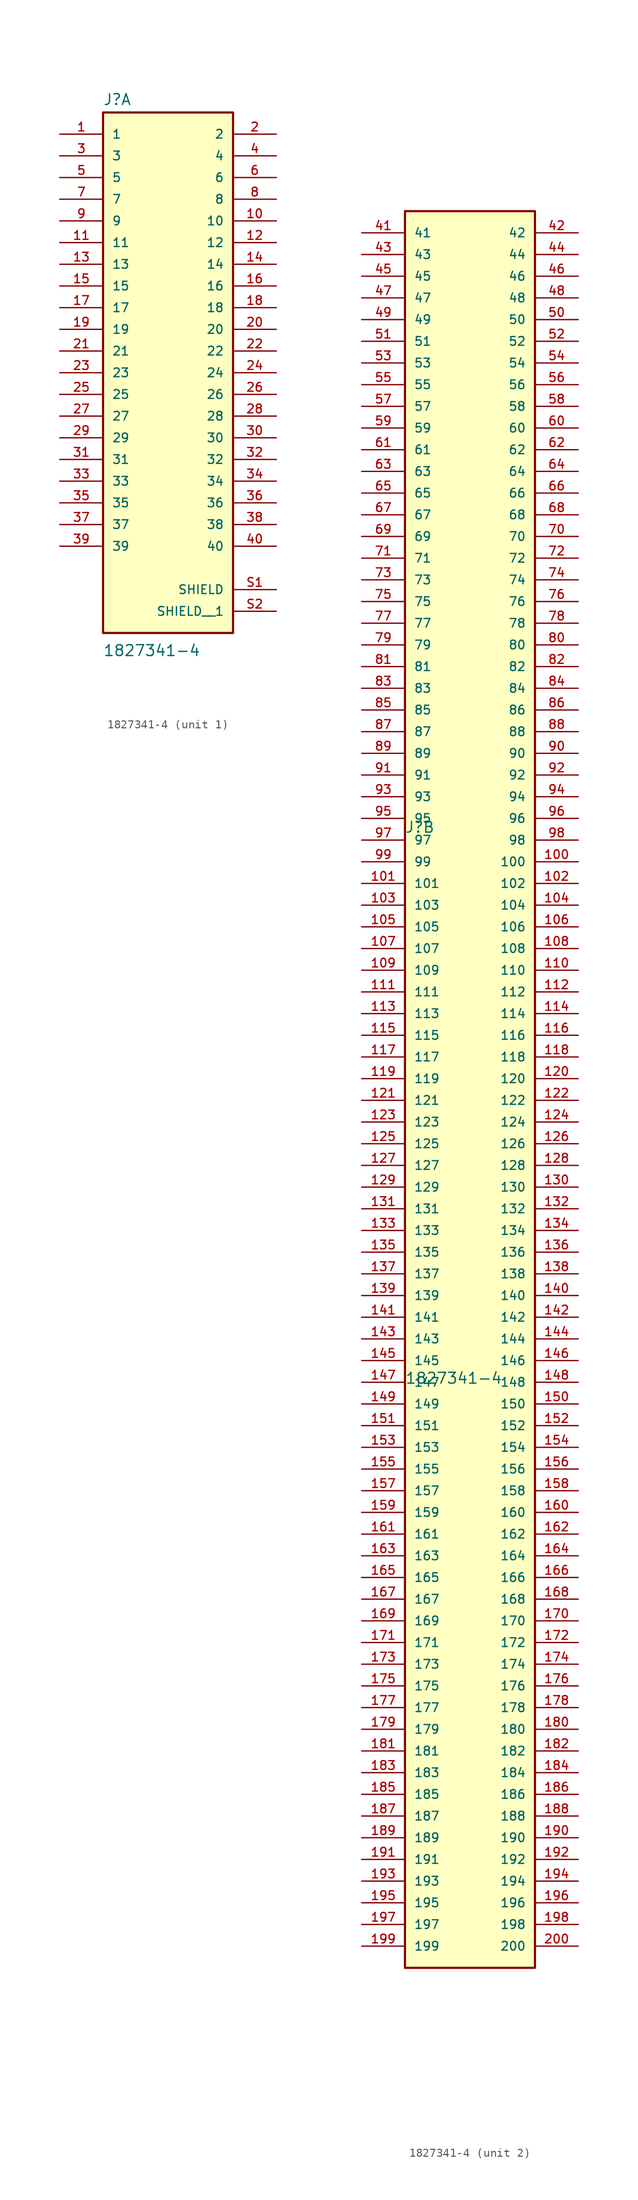
<source format=kicad_sym>
(kicad_symbol_lib
  (version 20241209)
  (generator "kicad_symbol_editor")
  (generator_version "9.0")
  (symbol "1827341-4"
    (pin_names
      (offset 1.016))
    (property "Reference" "J"
      (at -7.626 28.708 0)
      (effects (font (size 1.27 1.27)) (justify left bottom)))
    (property "Value" "1827341-4"
      (at -7.627 -35.823 0)
      (effects (font (size 1.27 1.27)) (justify left bottom)))
    (symbol "1827341-4_1_0"
      (rectangle (start -7.62 27.94) (end 7.62 -33.02) (stroke (width 0.254) (type default)) (fill (type background)))
      (pin passive line (at -12.7 25.4 0) (length 5.08) (name "1" (effects (font (size 1.016 1.016)))) (number "1" (effects (font (size 1.016 1.016)))))
      (pin passive line (at -12.7 22.86 0) (length 5.08) (name "3" (effects (font (size 1.016 1.016)))) (number "3" (effects (font (size 1.016 1.016)))))
      (pin passive line (at -12.7 20.32 0) (length 5.08) (name "5" (effects (font (size 1.016 1.016)))) (number "5" (effects (font (size 1.016 1.016)))))
      (pin passive line (at -12.7 17.78 0) (length 5.08) (name "7" (effects (font (size 1.016 1.016)))) (number "7" (effects (font (size 1.016 1.016)))))
      (pin passive line (at -12.7 15.24 0) (length 5.08) (name "9" (effects (font (size 1.016 1.016)))) (number "9" (effects (font (size 1.016 1.016)))))
      (pin passive line (at -12.7 12.7 0) (length 5.08) (name "11" (effects (font (size 1.016 1.016)))) (number "11" (effects (font (size 1.016 1.016)))))
      (pin passive line (at -12.7 10.16 0) (length 5.08) (name "13" (effects (font (size 1.016 1.016)))) (number "13" (effects (font (size 1.016 1.016)))))
      (pin passive line (at -12.7 7.62 0) (length 5.08) (name "15" (effects (font (size 1.016 1.016)))) (number "15" (effects (font (size 1.016 1.016)))))
      (pin passive line (at -12.7 5.08 0) (length 5.08) (name "17" (effects (font (size 1.016 1.016)))) (number "17" (effects (font (size 1.016 1.016)))))
      (pin passive line (at -12.7 2.54 0) (length 5.08) (name "19" (effects (font (size 1.016 1.016)))) (number "19" (effects (font (size 1.016 1.016)))))
      (pin passive line (at -12.7 0 0) (length 5.08) (name "21" (effects (font (size 1.016 1.016)))) (number "21" (effects (font (size 1.016 1.016)))))
      (pin passive line (at -12.7 -2.54 0) (length 5.08) (name "23" (effects (font (size 1.016 1.016)))) (number "23" (effects (font (size 1.016 1.016)))))
      (pin passive line (at -12.7 -5.08 0) (length 5.08) (name "25" (effects (font (size 1.016 1.016)))) (number "25" (effects (font (size 1.016 1.016)))))
      (pin passive line (at -12.7 -7.62 0) (length 5.08) (name "27" (effects (font (size 1.016 1.016)))) (number "27" (effects (font (size 1.016 1.016)))))
      (pin passive line (at -12.7 -10.16 0) (length 5.08) (name "29" (effects (font (size 1.016 1.016)))) (number "29" (effects (font (size 1.016 1.016)))))
      (pin passive line (at -12.7 -12.7 0) (length 5.08) (name "31" (effects (font (size 1.016 1.016)))) (number "31" (effects (font (size 1.016 1.016)))))
      (pin passive line (at -12.7 -15.24 0) (length 5.08) (name "33" (effects (font (size 1.016 1.016)))) (number "33" (effects (font (size 1.016 1.016)))))
      (pin passive line (at -12.7 -17.78 0) (length 5.08) (name "35" (effects (font (size 1.016 1.016)))) (number "35" (effects (font (size 1.016 1.016)))))
      (pin passive line (at -12.7 -20.32 0) (length 5.08) (name "37" (effects (font (size 1.016 1.016)))) (number "37" (effects (font (size 1.016 1.016)))))
      (pin passive line (at -12.7 -22.86 0) (length 5.08) (name "39" (effects (font (size 1.016 1.016)))) (number "39" (effects (font (size 1.016 1.016)))))
      (pin passive line (at 12.7 25.4 180) (length 5.08) (name "2" (effects (font (size 1.016 1.016)))) (number "2" (effects (font (size 1.016 1.016)))))
      (pin passive line (at 12.7 22.86 180) (length 5.08) (name "4" (effects (font (size 1.016 1.016)))) (number "4" (effects (font (size 1.016 1.016)))))
      (pin passive line (at 12.7 20.32 180) (length 5.08) (name "6" (effects (font (size 1.016 1.016)))) (number "6" (effects (font (size 1.016 1.016)))))
      (pin passive line (at 12.7 17.78 180) (length 5.08) (name "8" (effects (font (size 1.016 1.016)))) (number "8" (effects (font (size 1.016 1.016)))))
      (pin passive line (at 12.7 15.24 180) (length 5.08) (name "10" (effects (font (size 1.016 1.016)))) (number "10" (effects (font (size 1.016 1.016)))))
      (pin passive line (at 12.7 12.7 180) (length 5.08) (name "12" (effects (font (size 1.016 1.016)))) (number "12" (effects (font (size 1.016 1.016)))))
      (pin passive line (at 12.7 10.16 180) (length 5.08) (name "14" (effects (font (size 1.016 1.016)))) (number "14" (effects (font (size 1.016 1.016)))))
      (pin passive line (at 12.7 7.62 180) (length 5.08) (name "16" (effects (font (size 1.016 1.016)))) (number "16" (effects (font (size 1.016 1.016)))))
      (pin passive line (at 12.7 5.08 180) (length 5.08) (name "18" (effects (font (size 1.016 1.016)))) (number "18" (effects (font (size 1.016 1.016)))))
      (pin passive line (at 12.7 2.54 180) (length 5.08) (name "20" (effects (font (size 1.016 1.016)))) (number "20" (effects (font (size 1.016 1.016)))))
      (pin passive line (at 12.7 0 180) (length 5.08) (name "22" (effects (font (size 1.016 1.016)))) (number "22" (effects (font (size 1.016 1.016)))))
      (pin passive line (at 12.7 -2.54 180) (length 5.08) (name "24" (effects (font (size 1.016 1.016)))) (number "24" (effects (font (size 1.016 1.016)))))
      (pin passive line (at 12.7 -5.08 180) (length 5.08) (name "26" (effects (font (size 1.016 1.016)))) (number "26" (effects (font (size 1.016 1.016)))))
      (pin passive line (at 12.7 -7.62 180) (length 5.08) (name "28" (effects (font (size 1.016 1.016)))) (number "28" (effects (font (size 1.016 1.016)))))
      (pin passive line (at 12.7 -10.16 180) (length 5.08) (name "30" (effects (font (size 1.016 1.016)))) (number "30" (effects (font (size 1.016 1.016)))))
      (pin passive line (at 12.7 -12.7 180) (length 5.08) (name "32" (effects (font (size 1.016 1.016)))) (number "32" (effects (font (size 1.016 1.016)))))
      (pin passive line (at 12.7 -15.24 180) (length 5.08) (name "34" (effects (font (size 1.016 1.016)))) (number "34" (effects (font (size 1.016 1.016)))))
      (pin passive line (at 12.7 -17.78 180) (length 5.08) (name "36" (effects (font (size 1.016 1.016)))) (number "36" (effects (font (size 1.016 1.016)))))
      (pin passive line (at 12.7 -20.32 180) (length 5.08) (name "38" (effects (font (size 1.016 1.016)))) (number "38" (effects (font (size 1.016 1.016)))))
      (pin passive line (at 12.7 -22.86 180) (length 5.08) (name "40" (effects (font (size 1.016 1.016)))) (number "40" (effects (font (size 1.016 1.016)))))
      (pin passive line (at 12.7 -27.94 180) (length 5.08) (name "SHIELD" (effects (font (size 1.016 1.016)))) (number "S1" (effects (font (size 1.016 1.016)))))
      (pin passive line (at 12.7 -30.48 180) (length 5.08) (name "SHIELD__1" (effects (font (size 1.016 1.016)))) (number "S2" (effects (font (size 1.016 1.016))))))
    (symbol "1827341-4_2_0"
      (rectangle (start -7.62 -104.14) (end 7.62 101.6) (stroke (width 0.254) (type default)) (fill (type background)))
      (pin passive line (at -12.7 99.06 0) (length 5.08) (name "41" (effects (font (size 1.016 1.016)))) (number "41" (effects (font (size 1.016 1.016)))))
      (pin passive line (at -12.7 96.52 0) (length 5.08) (name "43" (effects (font (size 1.016 1.016)))) (number "43" (effects (font (size 1.016 1.016)))))
      (pin passive line (at -12.7 93.98 0) (length 5.08) (name "45" (effects (font (size 1.016 1.016)))) (number "45" (effects (font (size 1.016 1.016)))))
      (pin passive line (at -12.7 91.44 0) (length 5.08) (name "47" (effects (font (size 1.016 1.016)))) (number "47" (effects (font (size 1.016 1.016)))))
      (pin passive line (at -12.7 88.9 0) (length 5.08) (name "49" (effects (font (size 1.016 1.016)))) (number "49" (effects (font (size 1.016 1.016)))))
      (pin passive line (at -12.7 86.36 0) (length 5.08) (name "51" (effects (font (size 1.016 1.016)))) (number "51" (effects (font (size 1.016 1.016)))))
      (pin passive line (at -12.7 83.82 0) (length 5.08) (name "53" (effects (font (size 1.016 1.016)))) (number "53" (effects (font (size 1.016 1.016)))))
      (pin passive line (at -12.7 81.28 0) (length 5.08) (name "55" (effects (font (size 1.016 1.016)))) (number "55" (effects (font (size 1.016 1.016)))))
      (pin passive line (at -12.7 78.74 0) (length 5.08) (name "57" (effects (font (size 1.016 1.016)))) (number "57" (effects (font (size 1.016 1.016)))))
      (pin passive line (at -12.7 76.2 0) (length 5.08) (name "59" (effects (font (size 1.016 1.016)))) (number "59" (effects (font (size 1.016 1.016)))))
      (pin passive line (at -12.7 73.66 0) (length 5.08) (name "61" (effects (font (size 1.016 1.016)))) (number "61" (effects (font (size 1.016 1.016)))))
      (pin passive line (at -12.7 71.12 0) (length 5.08) (name "63" (effects (font (size 1.016 1.016)))) (number "63" (effects (font (size 1.016 1.016)))))
      (pin passive line (at -12.7 68.58 0) (length 5.08) (name "65" (effects (font (size 1.016 1.016)))) (number "65" (effects (font (size 1.016 1.016)))))
      (pin passive line (at -12.7 66.04 0) (length 5.08) (name "67" (effects (font (size 1.016 1.016)))) (number "67" (effects (font (size 1.016 1.016)))))
      (pin passive line (at -12.7 63.5 0) (length 5.08) (name "69" (effects (font (size 1.016 1.016)))) (number "69" (effects (font (size 1.016 1.016)))))
      (pin passive line (at -12.7 60.96 0) (length 5.08) (name "71" (effects (font (size 1.016 1.016)))) (number "71" (effects (font (size 1.016 1.016)))))
      (pin passive line (at -12.7 58.42 0) (length 5.08) (name "73" (effects (font (size 1.016 1.016)))) (number "73" (effects (font (size 1.016 1.016)))))
      (pin passive line (at -12.7 55.88 0) (length 5.08) (name "75" (effects (font (size 1.016 1.016)))) (number "75" (effects (font (size 1.016 1.016)))))
      (pin passive line (at -12.7 53.34 0) (length 5.08) (name "77" (effects (font (size 1.016 1.016)))) (number "77" (effects (font (size 1.016 1.016)))))
      (pin passive line (at -12.7 50.8 0) (length 5.08) (name "79" (effects (font (size 1.016 1.016)))) (number "79" (effects (font (size 1.016 1.016)))))
      (pin passive line (at -12.7 48.26 0) (length 5.08) (name "81" (effects (font (size 1.016 1.016)))) (number "81" (effects (font (size 1.016 1.016)))))
      (pin passive line (at -12.7 45.72 0) (length 5.08) (name "83" (effects (font (size 1.016 1.016)))) (number "83" (effects (font (size 1.016 1.016)))))
      (pin passive line (at -12.7 43.18 0) (length 5.08) (name "85" (effects (font (size 1.016 1.016)))) (number "85" (effects (font (size 1.016 1.016)))))
      (pin passive line (at -12.7 40.64 0) (length 5.08) (name "87" (effects (font (size 1.016 1.016)))) (number "87" (effects (font (size 1.016 1.016)))))
      (pin passive line (at -12.7 38.1 0) (length 5.08) (name "89" (effects (font (size 1.016 1.016)))) (number "89" (effects (font (size 1.016 1.016)))))
      (pin passive line (at -12.7 35.56 0) (length 5.08) (name "91" (effects (font (size 1.016 1.016)))) (number "91" (effects (font (size 1.016 1.016)))))
      (pin passive line (at -12.7 33.02 0) (length 5.08) (name "93" (effects (font (size 1.016 1.016)))) (number "93" (effects (font (size 1.016 1.016)))))
      (pin passive line (at -12.7 30.48 0) (length 5.08) (name "95" (effects (font (size 1.016 1.016)))) (number "95" (effects (font (size 1.016 1.016)))))
      (pin passive line (at -12.7 27.94 0) (length 5.08) (name "97" (effects (font (size 1.016 1.016)))) (number "97" (effects (font (size 1.016 1.016)))))
      (pin passive line (at -12.7 25.4 0) (length 5.08) (name "99" (effects (font (size 1.016 1.016)))) (number "99" (effects (font (size 1.016 1.016)))))
      (pin passive line (at -12.7 22.86 0) (length 5.08) (name "101" (effects (font (size 1.016 1.016)))) (number "101" (effects (font (size 1.016 1.016)))))
      (pin passive line (at -12.7 20.32 0) (length 5.08) (name "103" (effects (font (size 1.016 1.016)))) (number "103" (effects (font (size 1.016 1.016)))))
      (pin passive line (at -12.7 17.78 0) (length 5.08) (name "105" (effects (font (size 1.016 1.016)))) (number "105" (effects (font (size 1.016 1.016)))))
      (pin passive line (at -12.7 15.24 0) (length 5.08) (name "107" (effects (font (size 1.016 1.016)))) (number "107" (effects (font (size 1.016 1.016)))))
      (pin passive line (at -12.7 12.7 0) (length 5.08) (name "109" (effects (font (size 1.016 1.016)))) (number "109" (effects (font (size 1.016 1.016)))))
      (pin passive line (at -12.7 10.16 0) (length 5.08) (name "111" (effects (font (size 1.016 1.016)))) (number "111" (effects (font (size 1.016 1.016)))))
      (pin passive line (at -12.7 7.62 0) (length 5.08) (name "113" (effects (font (size 1.016 1.016)))) (number "113" (effects (font (size 1.016 1.016)))))
      (pin passive line (at -12.7 5.08 0) (length 5.08) (name "115" (effects (font (size 1.016 1.016)))) (number "115" (effects (font (size 1.016 1.016)))))
      (pin passive line (at -12.7 2.54 0) (length 5.08) (name "117" (effects (font (size 1.016 1.016)))) (number "117" (effects (font (size 1.016 1.016)))))
      (pin passive line (at -12.7 0 0) (length 5.08) (name "119" (effects (font (size 1.016 1.016)))) (number "119" (effects (font (size 1.016 1.016)))))
      (pin passive line (at -12.7 -2.54 0) (length 5.08) (name "121" (effects (font (size 1.016 1.016)))) (number "121" (effects (font (size 1.016 1.016)))))
      (pin passive line (at -12.7 -5.08 0) (length 5.08) (name "123" (effects (font (size 1.016 1.016)))) (number "123" (effects (font (size 1.016 1.016)))))
      (pin passive line (at -12.7 -7.62 0) (length 5.08) (name "125" (effects (font (size 1.016 1.016)))) (number "125" (effects (font (size 1.016 1.016)))))
      (pin passive line (at -12.7 -10.16 0) (length 5.08) (name "127" (effects (font (size 1.016 1.016)))) (number "127" (effects (font (size 1.016 1.016)))))
      (pin passive line (at -12.7 -12.7 0) (length 5.08) (name "129" (effects (font (size 1.016 1.016)))) (number "129" (effects (font (size 1.016 1.016)))))
      (pin passive line (at -12.7 -15.24 0) (length 5.08) (name "131" (effects (font (size 1.016 1.016)))) (number "131" (effects (font (size 1.016 1.016)))))
      (pin passive line (at -12.7 -17.78 0) (length 5.08) (name "133" (effects (font (size 1.016 1.016)))) (number "133" (effects (font (size 1.016 1.016)))))
      (pin passive line (at -12.7 -20.32 0) (length 5.08) (name "135" (effects (font (size 1.016 1.016)))) (number "135" (effects (font (size 1.016 1.016)))))
      (pin passive line (at -12.7 -22.86 0) (length 5.08) (name "137" (effects (font (size 1.016 1.016)))) (number "137" (effects (font (size 1.016 1.016)))))
      (pin passive line (at -12.7 -25.4 0) (length 5.08) (name "139" (effects (font (size 1.016 1.016)))) (number "139" (effects (font (size 1.016 1.016)))))
      (pin passive line (at -12.7 -27.94 0) (length 5.08) (name "141" (effects (font (size 1.016 1.016)))) (number "141" (effects (font (size 1.016 1.016)))))
      (pin passive line (at -12.7 -30.48 0) (length 5.08) (name "143" (effects (font (size 1.016 1.016)))) (number "143" (effects (font (size 1.016 1.016)))))
      (pin passive line (at -12.7 -33.02 0) (length 5.08) (name "145" (effects (font (size 1.016 1.016)))) (number "145" (effects (font (size 1.016 1.016)))))
      (pin passive line (at -12.7 -35.56 0) (length 5.08) (name "147" (effects (font (size 1.016 1.016)))) (number "147" (effects (font (size 1.016 1.016)))))
      (pin passive line (at -12.7 -38.1 0) (length 5.08) (name "149" (effects (font (size 1.016 1.016)))) (number "149" (effects (font (size 1.016 1.016)))))
      (pin passive line (at -12.7 -40.64 0) (length 5.08) (name "151" (effects (font (size 1.016 1.016)))) (number "151" (effects (font (size 1.016 1.016)))))
      (pin passive line (at -12.7 -43.18 0) (length 5.08) (name "153" (effects (font (size 1.016 1.016)))) (number "153" (effects (font (size 1.016 1.016)))))
      (pin passive line (at -12.7 -45.72 0) (length 5.08) (name "155" (effects (font (size 1.016 1.016)))) (number "155" (effects (font (size 1.016 1.016)))))
      (pin passive line (at -12.7 -48.26 0) (length 5.08) (name "157" (effects (font (size 1.016 1.016)))) (number "157" (effects (font (size 1.016 1.016)))))
      (pin passive line (at -12.7 -50.8 0) (length 5.08) (name "159" (effects (font (size 1.016 1.016)))) (number "159" (effects (font (size 1.016 1.016)))))
      (pin passive line (at -12.7 -53.34 0) (length 5.08) (name "161" (effects (font (size 1.016 1.016)))) (number "161" (effects (font (size 1.016 1.016)))))
      (pin passive line (at -12.7 -55.88 0) (length 5.08) (name "163" (effects (font (size 1.016 1.016)))) (number "163" (effects (font (size 1.016 1.016)))))
      (pin passive line (at -12.7 -58.42 0) (length 5.08) (name "165" (effects (font (size 1.016 1.016)))) (number "165" (effects (font (size 1.016 1.016)))))
      (pin passive line (at -12.7 -60.96 0) (length 5.08) (name "167" (effects (font (size 1.016 1.016)))) (number "167" (effects (font (size 1.016 1.016)))))
      (pin passive line (at -12.7 -63.5 0) (length 5.08) (name "169" (effects (font (size 1.016 1.016)))) (number "169" (effects (font (size 1.016 1.016)))))
      (pin passive line (at -12.7 -66.04 0) (length 5.08) (name "171" (effects (font (size 1.016 1.016)))) (number "171" (effects (font (size 1.016 1.016)))))
      (pin passive line (at -12.7 -68.58 0) (length 5.08) (name "173" (effects (font (size 1.016 1.016)))) (number "173" (effects (font (size 1.016 1.016)))))
      (pin passive line (at -12.7 -71.12 0) (length 5.08) (name "175" (effects (font (size 1.016 1.016)))) (number "175" (effects (font (size 1.016 1.016)))))
      (pin passive line (at -12.7 -73.66 0) (length 5.08) (name "177" (effects (font (size 1.016 1.016)))) (number "177" (effects (font (size 1.016 1.016)))))
      (pin passive line (at -12.7 -76.2 0) (length 5.08) (name "179" (effects (font (size 1.016 1.016)))) (number "179" (effects (font (size 1.016 1.016)))))
      (pin passive line (at -12.7 -78.74 0) (length 5.08) (name "181" (effects (font (size 1.016 1.016)))) (number "181" (effects (font (size 1.016 1.016)))))
      (pin passive line (at -12.7 -81.28 0) (length 5.08) (name "183" (effects (font (size 1.016 1.016)))) (number "183" (effects (font (size 1.016 1.016)))))
      (pin passive line (at -12.7 -83.82 0) (length 5.08) (name "185" (effects (font (size 1.016 1.016)))) (number "185" (effects (font (size 1.016 1.016)))))
      (pin passive line (at -12.7 -86.36 0) (length 5.08) (name "187" (effects (font (size 1.016 1.016)))) (number "187" (effects (font (size 1.016 1.016)))))
      (pin passive line (at -12.7 -88.9 0) (length 5.08) (name "189" (effects (font (size 1.016 1.016)))) (number "189" (effects (font (size 1.016 1.016)))))
      (pin passive line (at -12.7 -91.44 0) (length 5.08) (name "191" (effects (font (size 1.016 1.016)))) (number "191" (effects (font (size 1.016 1.016)))))
      (pin passive line (at -12.7 -93.98 0) (length 5.08) (name "193" (effects (font (size 1.016 1.016)))) (number "193" (effects (font (size 1.016 1.016)))))
      (pin passive line (at -12.7 -96.52 0) (length 5.08) (name "195" (effects (font (size 1.016 1.016)))) (number "195" (effects (font (size 1.016 1.016)))))
      (pin passive line (at -12.7 -99.06 0) (length 5.08) (name "197" (effects (font (size 1.016 1.016)))) (number "197" (effects (font (size 1.016 1.016)))))
      (pin passive line (at -12.7 -101.6 0) (length 5.08) (name "199" (effects (font (size 1.016 1.016)))) (number "199" (effects (font (size 1.016 1.016)))))
      (pin passive line (at 12.7 99.06 180) (length 5.08) (name "42" (effects (font (size 1.016 1.016)))) (number "42" (effects (font (size 1.016 1.016)))))
      (pin passive line (at 12.7 96.52 180) (length 5.08) (name "44" (effects (font (size 1.016 1.016)))) (number "44" (effects (font (size 1.016 1.016)))))
      (pin passive line (at 12.7 93.98 180) (length 5.08) (name "46" (effects (font (size 1.016 1.016)))) (number "46" (effects (font (size 1.016 1.016)))))
      (pin passive line (at 12.7 91.44 180) (length 5.08) (name "48" (effects (font (size 1.016 1.016)))) (number "48" (effects (font (size 1.016 1.016)))))
      (pin passive line (at 12.7 88.9 180) (length 5.08) (name "50" (effects (font (size 1.016 1.016)))) (number "50" (effects (font (size 1.016 1.016)))))
      (pin passive line (at 12.7 86.36 180) (length 5.08) (name "52" (effects (font (size 1.016 1.016)))) (number "52" (effects (font (size 1.016 1.016)))))
      (pin passive line (at 12.7 83.82 180) (length 5.08) (name "54" (effects (font (size 1.016 1.016)))) (number "54" (effects (font (size 1.016 1.016)))))
      (pin passive line (at 12.7 81.28 180) (length 5.08) (name "56" (effects (font (size 1.016 1.016)))) (number "56" (effects (font (size 1.016 1.016)))))
      (pin passive line (at 12.7 78.74 180) (length 5.08) (name "58" (effects (font (size 1.016 1.016)))) (number "58" (effects (font (size 1.016 1.016)))))
      (pin passive line (at 12.7 76.2 180) (length 5.08) (name "60" (effects (font (size 1.016 1.016)))) (number "60" (effects (font (size 1.016 1.016)))))
      (pin passive line (at 12.7 73.66 180) (length 5.08) (name "62" (effects (font (size 1.016 1.016)))) (number "62" (effects (font (size 1.016 1.016)))))
      (pin passive line (at 12.7 71.12 180) (length 5.08) (name "64" (effects (font (size 1.016 1.016)))) (number "64" (effects (font (size 1.016 1.016)))))
      (pin passive line (at 12.7 68.58 180) (length 5.08) (name "66" (effects (font (size 1.016 1.016)))) (number "66" (effects (font (size 1.016 1.016)))))
      (pin passive line (at 12.7 66.04 180) (length 5.08) (name "68" (effects (font (size 1.016 1.016)))) (number "68" (effects (font (size 1.016 1.016)))))
      (pin passive line (at 12.7 63.5 180) (length 5.08) (name "70" (effects (font (size 1.016 1.016)))) (number "70" (effects (font (size 1.016 1.016)))))
      (pin passive line (at 12.7 60.96 180) (length 5.08) (name "72" (effects (font (size 1.016 1.016)))) (number "72" (effects (font (size 1.016 1.016)))))
      (pin passive line (at 12.7 58.42 180) (length 5.08) (name "74" (effects (font (size 1.016 1.016)))) (number "74" (effects (font (size 1.016 1.016)))))
      (pin passive line (at 12.7 55.88 180) (length 5.08) (name "76" (effects (font (size 1.016 1.016)))) (number "76" (effects (font (size 1.016 1.016)))))
      (pin passive line (at 12.7 53.34 180) (length 5.08) (name "78" (effects (font (size 1.016 1.016)))) (number "78" (effects (font (size 1.016 1.016)))))
      (pin passive line (at 12.7 50.8 180) (length 5.08) (name "80" (effects (font (size 1.016 1.016)))) (number "80" (effects (font (size 1.016 1.016)))))
      (pin passive line (at 12.7 48.26 180) (length 5.08) (name "82" (effects (font (size 1.016 1.016)))) (number "82" (effects (font (size 1.016 1.016)))))
      (pin passive line (at 12.7 45.72 180) (length 5.08) (name "84" (effects (font (size 1.016 1.016)))) (number "84" (effects (font (size 1.016 1.016)))))
      (pin passive line (at 12.7 43.18 180) (length 5.08) (name "86" (effects (font (size 1.016 1.016)))) (number "86" (effects (font (size 1.016 1.016)))))
      (pin passive line (at 12.7 40.64 180) (length 5.08) (name "88" (effects (font (size 1.016 1.016)))) (number "88" (effects (font (size 1.016 1.016)))))
      (pin passive line (at 12.7 38.1 180) (length 5.08) (name "90" (effects (font (size 1.016 1.016)))) (number "90" (effects (font (size 1.016 1.016)))))
      (pin passive line (at 12.7 35.56 180) (length 5.08) (name "92" (effects (font (size 1.016 1.016)))) (number "92" (effects (font (size 1.016 1.016)))))
      (pin passive line (at 12.7 33.02 180) (length 5.08) (name "94" (effects (font (size 1.016 1.016)))) (number "94" (effects (font (size 1.016 1.016)))))
      (pin passive line (at 12.7 30.48 180) (length 5.08) (name "96" (effects (font (size 1.016 1.016)))) (number "96" (effects (font (size 1.016 1.016)))))
      (pin passive line (at 12.7 27.94 180) (length 5.08) (name "98" (effects (font (size 1.016 1.016)))) (number "98" (effects (font (size 1.016 1.016)))))
      (pin passive line (at 12.7 25.4 180) (length 5.08) (name "100" (effects (font (size 1.016 1.016)))) (number "100" (effects (font (size 1.016 1.016)))))
      (pin passive line (at 12.7 22.86 180) (length 5.08) (name "102" (effects (font (size 1.016 1.016)))) (number "102" (effects (font (size 1.016 1.016)))))
      (pin passive line (at 12.7 20.32 180) (length 5.08) (name "104" (effects (font (size 1.016 1.016)))) (number "104" (effects (font (size 1.016 1.016)))))
      (pin passive line (at 12.7 17.78 180) (length 5.08) (name "106" (effects (font (size 1.016 1.016)))) (number "106" (effects (font (size 1.016 1.016)))))
      (pin passive line (at 12.7 15.24 180) (length 5.08) (name "108" (effects (font (size 1.016 1.016)))) (number "108" (effects (font (size 1.016 1.016)))))
      (pin passive line (at 12.7 12.7 180) (length 5.08) (name "110" (effects (font (size 1.016 1.016)))) (number "110" (effects (font (size 1.016 1.016)))))
      (pin passive line (at 12.7 10.16 180) (length 5.08) (name "112" (effects (font (size 1.016 1.016)))) (number "112" (effects (font (size 1.016 1.016)))))
      (pin passive line (at 12.7 7.62 180) (length 5.08) (name "114" (effects (font (size 1.016 1.016)))) (number "114" (effects (font (size 1.016 1.016)))))
      (pin passive line (at 12.7 5.08 180) (length 5.08) (name "116" (effects (font (size 1.016 1.016)))) (number "116" (effects (font (size 1.016 1.016)))))
      (pin passive line (at 12.7 2.54 180) (length 5.08) (name "118" (effects (font (size 1.016 1.016)))) (number "118" (effects (font (size 1.016 1.016)))))
      (pin passive line (at 12.7 0 180) (length 5.08) (name "120" (effects (font (size 1.016 1.016)))) (number "120" (effects (font (size 1.016 1.016)))))
      (pin passive line (at 12.7 -2.54 180) (length 5.08) (name "122" (effects (font (size 1.016 1.016)))) (number "122" (effects (font (size 1.016 1.016)))))
      (pin passive line (at 12.7 -5.08 180) (length 5.08) (name "124" (effects (font (size 1.016 1.016)))) (number "124" (effects (font (size 1.016 1.016)))))
      (pin passive line (at 12.7 -7.62 180) (length 5.08) (name "126" (effects (font (size 1.016 1.016)))) (number "126" (effects (font (size 1.016 1.016)))))
      (pin passive line (at 12.7 -10.16 180) (length 5.08) (name "128" (effects (font (size 1.016 1.016)))) (number "128" (effects (font (size 1.016 1.016)))))
      (pin passive line (at 12.7 -12.7 180) (length 5.08) (name "130" (effects (font (size 1.016 1.016)))) (number "130" (effects (font (size 1.016 1.016)))))
      (pin passive line (at 12.7 -15.24 180) (length 5.08) (name "132" (effects (font (size 1.016 1.016)))) (number "132" (effects (font (size 1.016 1.016)))))
      (pin passive line (at 12.7 -17.78 180) (length 5.08) (name "134" (effects (font (size 1.016 1.016)))) (number "134" (effects (font (size 1.016 1.016)))))
      (pin passive line (at 12.7 -20.32 180) (length 5.08) (name "136" (effects (font (size 1.016 1.016)))) (number "136" (effects (font (size 1.016 1.016)))))
      (pin passive line (at 12.7 -22.86 180) (length 5.08) (name "138" (effects (font (size 1.016 1.016)))) (number "138" (effects (font (size 1.016 1.016)))))
      (pin passive line (at 12.7 -25.4 180) (length 5.08) (name "140" (effects (font (size 1.016 1.016)))) (number "140" (effects (font (size 1.016 1.016)))))
      (pin passive line (at 12.7 -27.94 180) (length 5.08) (name "142" (effects (font (size 1.016 1.016)))) (number "142" (effects (font (size 1.016 1.016)))))
      (pin passive line (at 12.7 -30.48 180) (length 5.08) (name "144" (effects (font (size 1.016 1.016)))) (number "144" (effects (font (size 1.016 1.016)))))
      (pin passive line (at 12.7 -33.02 180) (length 5.08) (name "146" (effects (font (size 1.016 1.016)))) (number "146" (effects (font (size 1.016 1.016)))))
      (pin passive line (at 12.7 -35.56 180) (length 5.08) (name "148" (effects (font (size 1.016 1.016)))) (number "148" (effects (font (size 1.016 1.016)))))
      (pin passive line (at 12.7 -38.1 180) (length 5.08) (name "150" (effects (font (size 1.016 1.016)))) (number "150" (effects (font (size 1.016 1.016)))))
      (pin passive line (at 12.7 -40.64 180) (length 5.08) (name "152" (effects (font (size 1.016 1.016)))) (number "152" (effects (font (size 1.016 1.016)))))
      (pin passive line (at 12.7 -43.18 180) (length 5.08) (name "154" (effects (font (size 1.016 1.016)))) (number "154" (effects (font (size 1.016 1.016)))))
      (pin passive line (at 12.7 -45.72 180) (length 5.08) (name "156" (effects (font (size 1.016 1.016)))) (number "156" (effects (font (size 1.016 1.016)))))
      (pin passive line (at 12.7 -48.26 180) (length 5.08) (name "158" (effects (font (size 1.016 1.016)))) (number "158" (effects (font (size 1.016 1.016)))))
      (pin passive line (at 12.7 -50.8 180) (length 5.08) (name "160" (effects (font (size 1.016 1.016)))) (number "160" (effects (font (size 1.016 1.016)))))
      (pin passive line (at 12.7 -53.34 180) (length 5.08) (name "162" (effects (font (size 1.016 1.016)))) (number "162" (effects (font (size 1.016 1.016)))))
      (pin passive line (at 12.7 -55.88 180) (length 5.08) (name "164" (effects (font (size 1.016 1.016)))) (number "164" (effects (font (size 1.016 1.016)))))
      (pin passive line (at 12.7 -58.42 180) (length 5.08) (name "166" (effects (font (size 1.016 1.016)))) (number "166" (effects (font (size 1.016 1.016)))))
      (pin passive line (at 12.7 -60.96 180) (length 5.08) (name "168" (effects (font (size 1.016 1.016)))) (number "168" (effects (font (size 1.016 1.016)))))
      (pin passive line (at 12.7 -63.5 180) (length 5.08) (name "170" (effects (font (size 1.016 1.016)))) (number "170" (effects (font (size 1.016 1.016)))))
      (pin passive line (at 12.7 -66.04 180) (length 5.08) (name "172" (effects (font (size 1.016 1.016)))) (number "172" (effects (font (size 1.016 1.016)))))
      (pin passive line (at 12.7 -68.58 180) (length 5.08) (name "174" (effects (font (size 1.016 1.016)))) (number "174" (effects (font (size 1.016 1.016)))))
      (pin passive line (at 12.7 -71.12 180) (length 5.08) (name "176" (effects (font (size 1.016 1.016)))) (number "176" (effects (font (size 1.016 1.016)))))
      (pin passive line (at 12.7 -73.66 180) (length 5.08) (name "178" (effects (font (size 1.016 1.016)))) (number "178" (effects (font (size 1.016 1.016)))))
      (pin passive line (at 12.7 -76.2 180) (length 5.08) (name "180" (effects (font (size 1.016 1.016)))) (number "180" (effects (font (size 1.016 1.016)))))
      (pin passive line (at 12.7 -78.74 180) (length 5.08) (name "182" (effects (font (size 1.016 1.016)))) (number "182" (effects (font (size 1.016 1.016)))))
      (pin passive line (at 12.7 -81.28 180) (length 5.08) (name "184" (effects (font (size 1.016 1.016)))) (number "184" (effects (font (size 1.016 1.016)))))
      (pin passive line (at 12.7 -83.82 180) (length 5.08) (name "186" (effects (font (size 1.016 1.016)))) (number "186" (effects (font (size 1.016 1.016)))))
      (pin passive line (at 12.7 -86.36 180) (length 5.08) (name "188" (effects (font (size 1.016 1.016)))) (number "188" (effects (font (size 1.016 1.016)))))
      (pin passive line (at 12.7 -88.9 180) (length 5.08) (name "190" (effects (font (size 1.016 1.016)))) (number "190" (effects (font (size 1.016 1.016)))))
      (pin passive line (at 12.7 -91.44 180) (length 5.08) (name "192" (effects (font (size 1.016 1.016)))) (number "192" (effects (font (size 1.016 1.016)))))
      (pin passive line (at 12.7 -93.98 180) (length 5.08) (name "194" (effects (font (size 1.016 1.016)))) (number "194" (effects (font (size 1.016 1.016)))))
      (pin passive line (at 12.7 -96.52 180) (length 5.08) (name "196" (effects (font (size 1.016 1.016)))) (number "196" (effects (font (size 1.016 1.016)))))
      (pin passive line (at 12.7 -99.06 180) (length 5.08) (name "198" (effects (font (size 1.016 1.016)))) (number "198" (effects (font (size 1.016 1.016)))))
      (pin passive line (at 12.7 -101.6 180) (length 5.08) (name "200" (effects (font (size 1.016 1.016)))) (number "200" (effects (font (size 1.016 1.016))))))))
</source>
